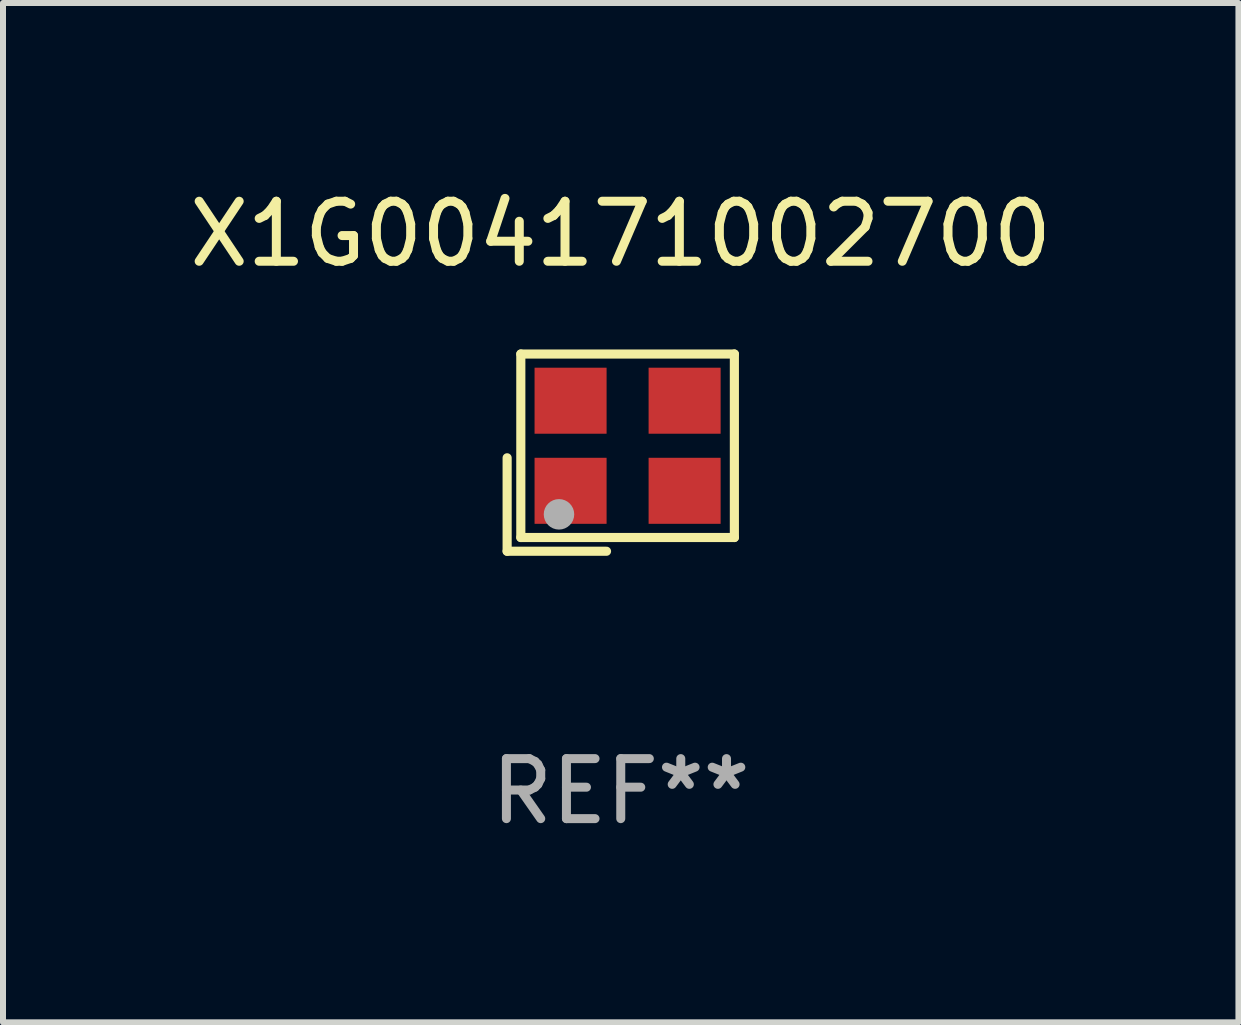
<source format=kicad_pcb>
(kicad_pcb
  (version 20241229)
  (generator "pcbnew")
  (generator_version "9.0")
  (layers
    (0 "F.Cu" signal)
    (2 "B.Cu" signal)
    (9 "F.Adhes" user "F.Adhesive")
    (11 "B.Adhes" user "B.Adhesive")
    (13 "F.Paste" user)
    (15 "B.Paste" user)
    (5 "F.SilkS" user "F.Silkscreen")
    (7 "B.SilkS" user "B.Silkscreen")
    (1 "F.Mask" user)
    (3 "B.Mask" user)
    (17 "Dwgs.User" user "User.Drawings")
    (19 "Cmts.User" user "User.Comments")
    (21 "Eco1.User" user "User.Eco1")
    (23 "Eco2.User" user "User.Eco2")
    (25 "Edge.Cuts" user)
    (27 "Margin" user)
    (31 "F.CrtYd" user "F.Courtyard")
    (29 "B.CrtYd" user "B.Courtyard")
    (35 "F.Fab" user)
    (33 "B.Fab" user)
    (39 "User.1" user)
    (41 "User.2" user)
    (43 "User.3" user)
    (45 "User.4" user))
  (footprint "X1G004171002700"
    (layer "F.Cu")
    (at 7.292 4.491)
    (property "Reference" "X1G004171002700" (at 0 -3.643 0) (layer "F.SilkS") (effects (font (size 1 1) (thickness 0.15))))
    (attr through_hole)
    (fp_line (start -1.893 0.086) (end -1.893 1.643) (stroke (width 0.152) (type solid)) (layer "F.SilkS"))
    (fp_line (start -1.893 1.643) (end -0.237 1.643) (stroke (width 0.152) (type solid)) (layer "F.SilkS"))
    (fp_line (start -1.665 -1.643) (end 1.893 -1.643) (stroke (width 0.152) (type solid)) (layer "F.SilkS"))
    (fp_line (start -1.665 1.414) (end -1.665 -1.643) (stroke (width 0.152) (type solid)) (layer "F.SilkS"))
    (fp_line (start 1.893 -1.643) (end 1.893 1.414) (stroke (width 0.152) (type solid)) (layer "F.SilkS"))
    (fp_line (start 1.893 1.414) (end -1.665 1.414) (stroke (width 0.152) (type solid)) (layer "F.SilkS"))
    (fp_circle (center -1.136 0.885) (end -1.106 0.885) (stroke (width 0.06) (type solid)) (fill no) (layer "F.SilkS"))
    (fp_circle (center -1.029 1.028) (end -0.902 1.028) (stroke (width 0.254) (type solid)) (fill no) (layer "F.Fab"))
    (fp_text user "REF**" (at 0 5.643 0) (layer "F.Fab") (effects (font (size 1 1) (thickness 0.15))))
    (pad "1" smd rect (at -0.836 0.636) (size 1.2 1.1) (layers "F.Cu" "F.Mask" "F.Paste"))
    (pad "2" smd rect (at 1.064 0.636) (size 1.2 1.1) (layers "F.Cu" "F.Mask" "F.Paste"))
    (pad "3" smd rect (at 1.064 -0.865) (size 1.2 1.1) (layers "F.Cu" "F.Mask" "F.Paste"))
    (pad "4" smd rect (at -0.836 -0.865) (size 1.2 1.1) (layers "F.Cu" "F.Mask" "F.Paste")))
  (gr_rect
    (start -3 -3)
    (end 17.583 13.983)
    (stroke (width 0.1) (type default))
    (fill no)
    (layer "Edge.Cuts")))
</source>
